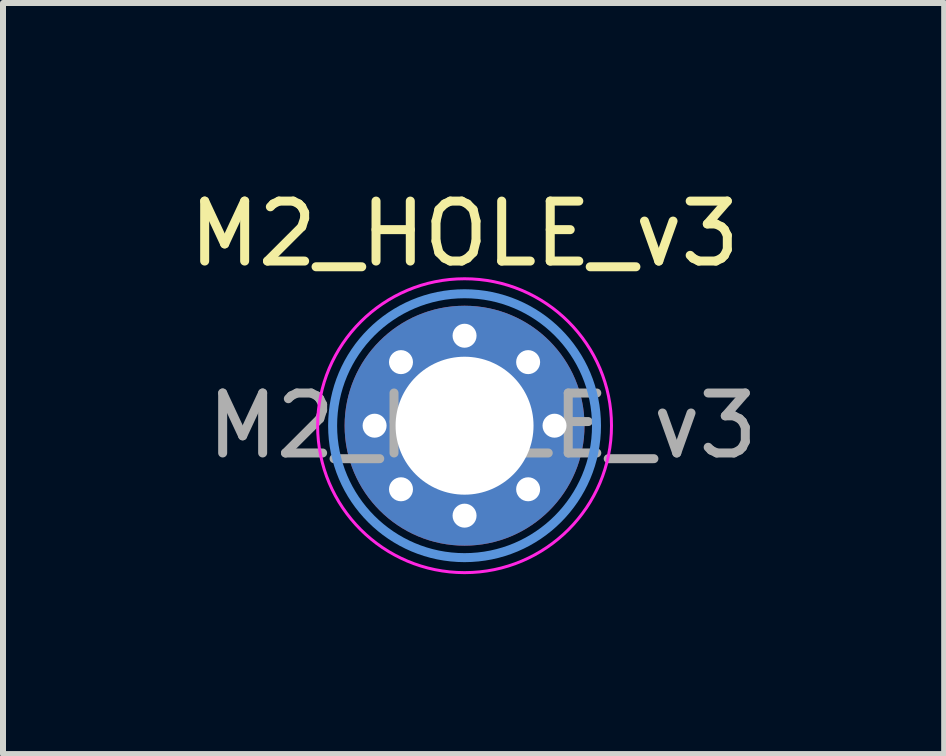
<source format=kicad_pcb>
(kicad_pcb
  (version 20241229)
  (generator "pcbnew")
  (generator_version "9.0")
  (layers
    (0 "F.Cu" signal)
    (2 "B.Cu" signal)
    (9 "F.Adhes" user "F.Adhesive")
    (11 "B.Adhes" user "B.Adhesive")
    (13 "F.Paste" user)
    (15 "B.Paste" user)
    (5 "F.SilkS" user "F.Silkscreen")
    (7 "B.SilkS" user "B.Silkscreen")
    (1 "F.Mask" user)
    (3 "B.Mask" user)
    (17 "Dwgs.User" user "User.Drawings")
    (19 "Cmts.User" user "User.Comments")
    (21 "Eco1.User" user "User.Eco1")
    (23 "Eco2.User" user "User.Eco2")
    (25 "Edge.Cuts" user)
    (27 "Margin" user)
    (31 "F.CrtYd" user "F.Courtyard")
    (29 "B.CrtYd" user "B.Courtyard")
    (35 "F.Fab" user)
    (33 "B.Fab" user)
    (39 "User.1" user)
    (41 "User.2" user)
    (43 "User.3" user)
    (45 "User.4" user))
  (footprint "M2_HOLE_v3"
    (layer "F.Cu")
    (at 4.696 4.048)
    (property "Reference" "M2_HOLE_v3" (at 0 -3.2 0) (layer "F.SilkS") (effects (font (size 1 1) (thickness 0.15))))
    (attr exclude_from_pos_files exclude_from_bom)
    (fp_circle (center 0 0) (end 2.2 0) (stroke (width 0.15) (type solid)) (fill no) (layer "Cmts.User"))
    (fp_circle (center 0 0) (end 2.45 0) (stroke (width 0.05) (type solid)) (fill no) (layer "F.CrtYd"))
    (fp_text user "${REFERENCE}" (at 0.3 0 0) (layer "F.Fab") (effects (font (size 1 1) (thickness 0.15))))
    (pad "1" thru_hole circle (at -1.5 0) (size 0.5 0.5) (drill 0.4) (layers "*.Cu" "*.Mask"))
    (pad "1" thru_hole circle (at -1.06 -1.06) (size 0.5 0.5) (drill 0.4) (layers "*.Cu" "*.Mask"))
    (pad "1" thru_hole circle (at -1.06 1.06) (size 0.5 0.5) (drill 0.4) (layers "*.Cu" "*.Mask"))
    (pad "1" thru_hole circle (at 0 -1.5) (size 0.5 0.5) (drill 0.4) (layers "*.Cu" "*.Mask"))
    (pad "1" thru_hole circle (at 0 0) (size 4 4) (drill 2.3) (layers "*.Cu" "*.Mask"))
    (pad "1" thru_hole circle (at 0 1.5) (size 0.5 0.5) (drill 0.4) (layers "*.Cu" "*.Mask"))
    (pad "1" thru_hole circle (at 1.06 -1.06) (size 0.5 0.5) (drill 0.4) (layers "*.Cu" "*.Mask"))
    (pad "1" thru_hole circle (at 1.06 1.06) (size 0.5 0.5) (drill 0.4) (layers "*.Cu" "*.Mask"))
    (pad "1" thru_hole circle (at 1.5 0) (size 0.5 0.5) (drill 0.4) (layers "*.Cu" "*.Mask")))
  (gr_rect
    (start -3 -3)
    (end 12.693 9.523)
    (stroke (width 0.1) (type default))
    (fill no)
    (layer "Edge.Cuts")))
</source>
